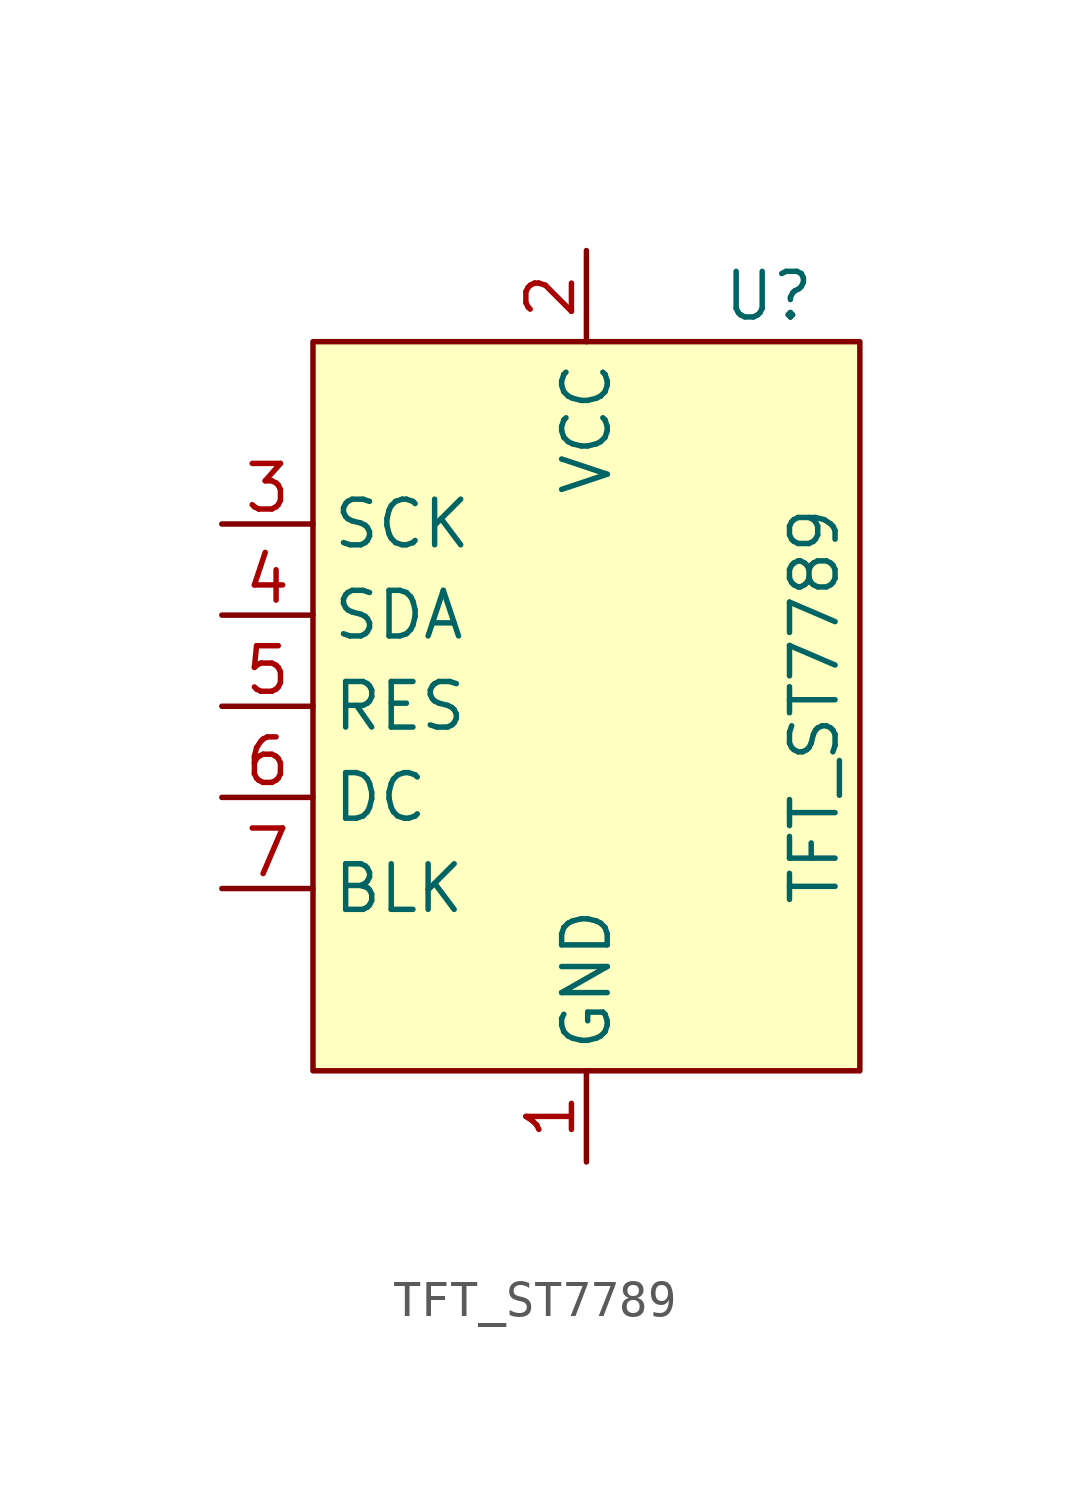
<source format=kicad_sym>
(kicad_symbol_lib
  (version 20220914)
  (generator kicad_symbol_editor)
  (symbol "TFT_ST7789"
    (property "Reference" "U"
      (at 5.08 1.27 0)
      (effects (font (size 1.27 1.27))))
    (property "Value" "TFT_ST7789"
      (at 6.35 -10.16 90)
      (effects (font (size 1.27 1.27))))
    (symbol "TFT_ST7789_1_1"
      (rectangle (start -7.62 0) (end 7.62 -20.32) (stroke (width 0) (type default)) (fill (type background)))
      (pin power_in line (at 0 -22.86 90) (length 2.54) (name "GND" (effects (font (size 1.27 1.27)))) (number "1" (effects (font (size 1.27 1.27)))))
      (pin power_in line (at 0 2.54 270) (length 2.54) (name "VCC" (effects (font (size 1.27 1.27)))) (number "2" (effects (font (size 1.27 1.27)))))
      (pin input line (at -10.16 -5.08 0) (length 2.54) (name "SCK" (effects (font (size 1.27 1.27)))) (number "3" (effects (font (size 1.27 1.27)))))
      (pin input line (at -10.16 -7.62 0) (length 2.54) (name "SDA" (effects (font (size 1.27 1.27)))) (number "4" (effects (font (size 1.27 1.27)))))
      (pin input line (at -10.16 -10.16 0) (length 2.54) (name "RES" (effects (font (size 1.27 1.27)))) (number "5" (effects (font (size 1.27 1.27)))))
      (pin input line (at -10.16 -12.7 0) (length 2.54) (name "DC" (effects (font (size 1.27 1.27)))) (number "6" (effects (font (size 1.27 1.27)))))
      (pin input line (at -10.16 -15.24 0) (length 2.54) (name "BLK" (effects (font (size 1.27 1.27)))) (number "7" (effects (font (size 1.27 1.27))))))))
</source>
